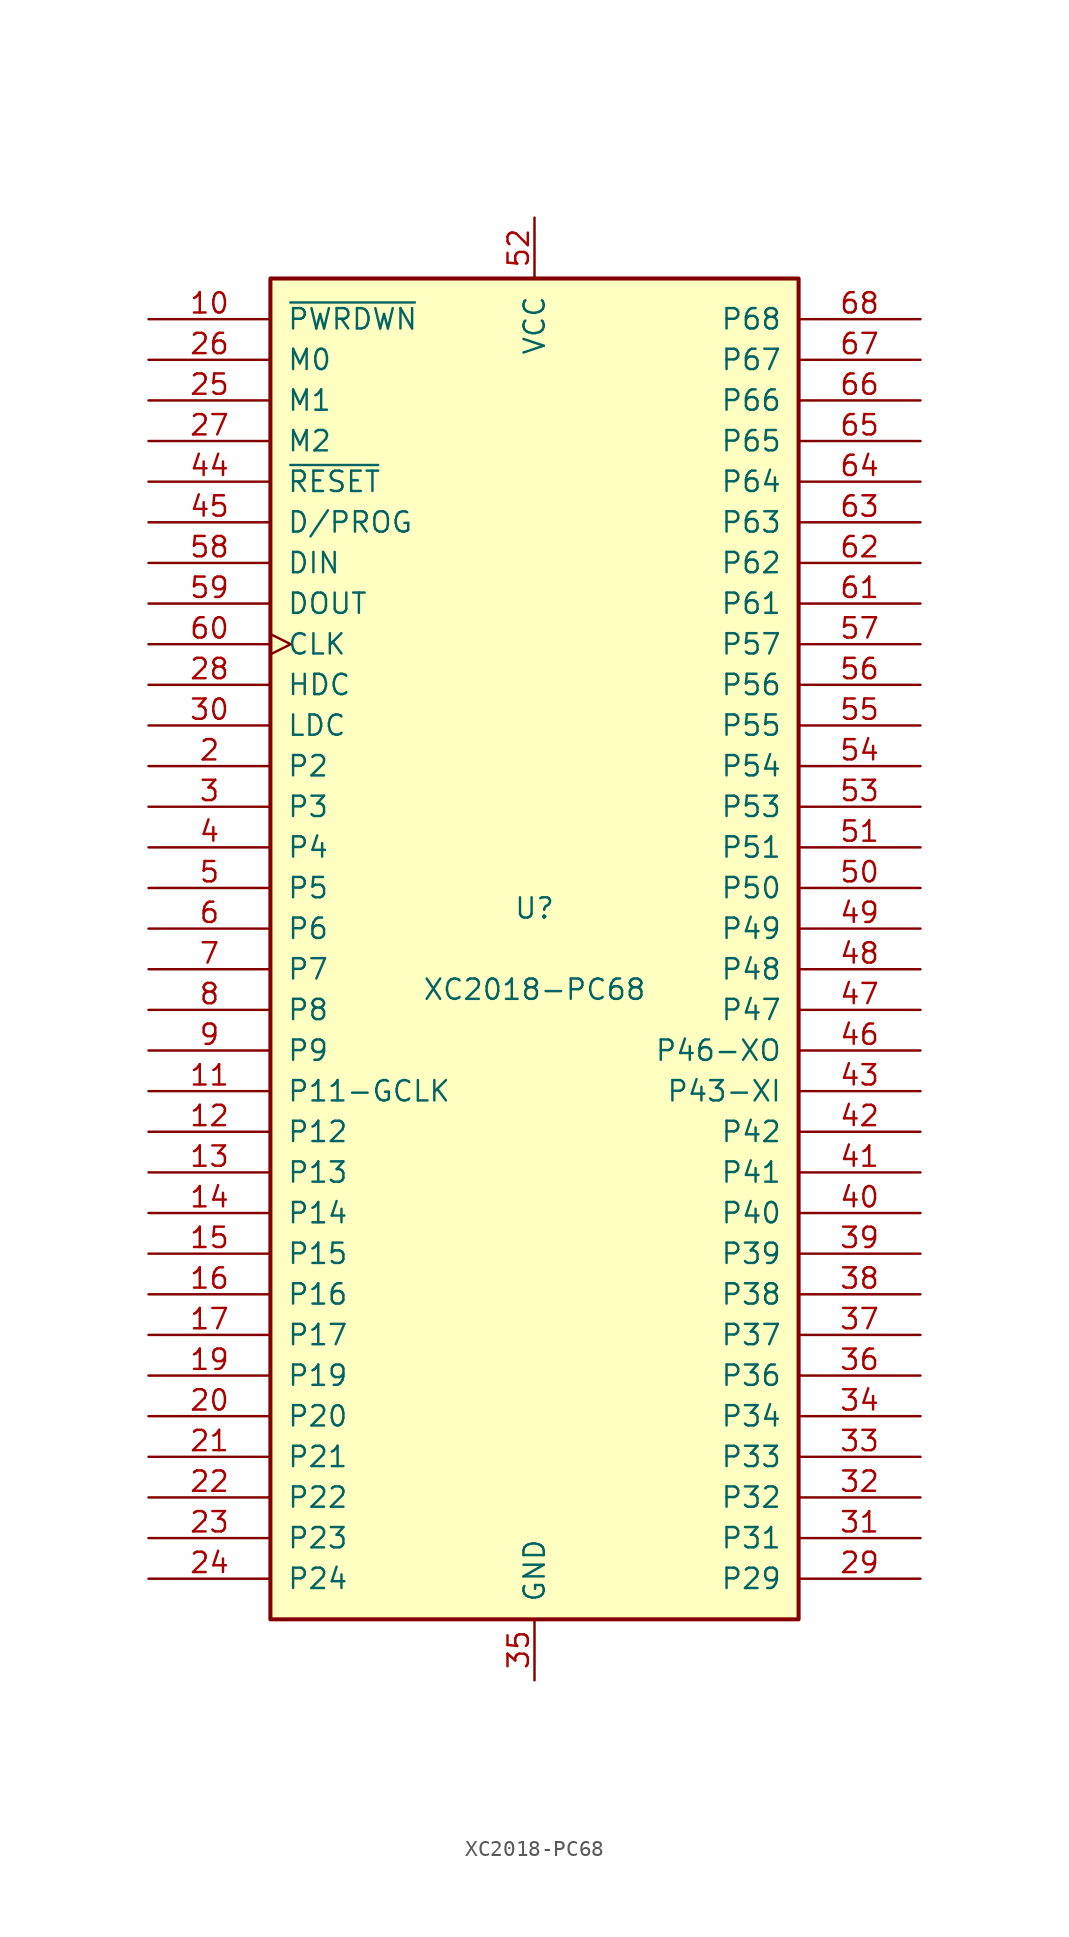
<source format=kicad_sym>
(kicad_symbol_lib
  (version 20220914)
  (generator kicad_symbol_editor)
  (symbol "XC2018-PC68"
    (pin_names
      (offset 1.016))
    (property "Reference" "U"
      (at 0 2.54 0)
      (effects (font (size 1.27 1.27))))
    (property "Value" "XC2018-PC68"
      (at 0 -2.54 0)
      (effects (font (size 1.27 1.27))))
    (symbol "XC2018-PC68_0_1"
      (rectangle (start -16.51 -41.91) (end 16.51 41.91) (stroke (width 0.254) (type default)) (fill (type background))))
    (symbol "XC2018-PC68_1_1"
      (pin passive line (at 0 -45.72 90) (length 3.81) hide (name "GND" (effects (font (size 1.27 1.27)))) (number "1" (effects (font (size 1.27 1.27)))))
      (pin input line (at -24.13 39.37 0) (length 7.62) (name "~{PWRDWN}" (effects (font (size 1.27 1.27)))) (number "10" (effects (font (size 1.27 1.27)))))
      (pin passive line (at -24.13 -8.89 0) (length 7.62) (name "P11-GCLK" (effects (font (size 1.27 1.27)))) (number "11" (effects (font (size 1.27 1.27)))))
      (pin passive line (at -24.13 -11.43 0) (length 7.62) (name "P12" (effects (font (size 1.27 1.27)))) (number "12" (effects (font (size 1.27 1.27)))))
      (pin passive line (at -24.13 -13.97 0) (length 7.62) (name "P13" (effects (font (size 1.27 1.27)))) (number "13" (effects (font (size 1.27 1.27)))))
      (pin passive line (at -24.13 -16.51 0) (length 7.62) (name "P14" (effects (font (size 1.27 1.27)))) (number "14" (effects (font (size 1.27 1.27)))))
      (pin passive line (at -24.13 -19.05 0) (length 7.62) (name "P15" (effects (font (size 1.27 1.27)))) (number "15" (effects (font (size 1.27 1.27)))))
      (pin passive line (at -24.13 -21.59 0) (length 7.62) (name "P16" (effects (font (size 1.27 1.27)))) (number "16" (effects (font (size 1.27 1.27)))))
      (pin passive line (at -24.13 -24.13 0) (length 7.62) (name "P17" (effects (font (size 1.27 1.27)))) (number "17" (effects (font (size 1.27 1.27)))))
      (pin passive line (at 0 45.72 270) (length 3.81) hide (name "VCC" (effects (font (size 1.27 1.27)))) (number "18" (effects (font (size 1.27 1.27)))))
      (pin passive line (at -24.13 -26.67 0) (length 7.62) (name "P19" (effects (font (size 1.27 1.27)))) (number "19" (effects (font (size 1.27 1.27)))))
      (pin passive line (at -24.13 11.43 0) (length 7.62) (name "P2" (effects (font (size 1.27 1.27)))) (number "2" (effects (font (size 1.27 1.27)))))
      (pin passive line (at -24.13 -29.21 0) (length 7.62) (name "P20" (effects (font (size 1.27 1.27)))) (number "20" (effects (font (size 1.27 1.27)))))
      (pin passive line (at -24.13 -31.75 0) (length 7.62) (name "P21" (effects (font (size 1.27 1.27)))) (number "21" (effects (font (size 1.27 1.27)))))
      (pin passive line (at -24.13 -34.29 0) (length 7.62) (name "P22" (effects (font (size 1.27 1.27)))) (number "22" (effects (font (size 1.27 1.27)))))
      (pin passive line (at -24.13 -36.83 0) (length 7.62) (name "P23" (effects (font (size 1.27 1.27)))) (number "23" (effects (font (size 1.27 1.27)))))
      (pin passive line (at -24.13 -39.37 0) (length 7.62) (name "P24" (effects (font (size 1.27 1.27)))) (number "24" (effects (font (size 1.27 1.27)))))
      (pin input line (at -24.13 34.29 0) (length 7.62) (name "M1" (effects (font (size 1.27 1.27)))) (number "25" (effects (font (size 1.27 1.27)))))
      (pin input line (at -24.13 36.83 0) (length 7.62) (name "M0" (effects (font (size 1.27 1.27)))) (number "26" (effects (font (size 1.27 1.27)))))
      (pin bidirectional line (at -24.13 31.75 0) (length 7.62) (name "M2" (effects (font (size 1.27 1.27)))) (number "27" (effects (font (size 1.27 1.27)))))
      (pin output line (at -24.13 16.51 0) (length 7.62) (name "HDC" (effects (font (size 1.27 1.27)))) (number "28" (effects (font (size 1.27 1.27)))))
      (pin passive line (at 24.13 -39.37 180) (length 7.62) (name "P29" (effects (font (size 1.27 1.27)))) (number "29" (effects (font (size 1.27 1.27)))))
      (pin passive line (at -24.13 8.89 0) (length 7.62) (name "P3" (effects (font (size 1.27 1.27)))) (number "3" (effects (font (size 1.27 1.27)))))
      (pin output line (at -24.13 13.97 0) (length 7.62) (name "LDC" (effects (font (size 1.27 1.27)))) (number "30" (effects (font (size 1.27 1.27)))))
      (pin passive line (at 24.13 -36.83 180) (length 7.62) (name "P31" (effects (font (size 1.27 1.27)))) (number "31" (effects (font (size 1.27 1.27)))))
      (pin passive line (at 24.13 -34.29 180) (length 7.62) (name "P32" (effects (font (size 1.27 1.27)))) (number "32" (effects (font (size 1.27 1.27)))))
      (pin passive line (at 24.13 -31.75 180) (length 7.62) (name "P33" (effects (font (size 1.27 1.27)))) (number "33" (effects (font (size 1.27 1.27)))))
      (pin passive line (at 24.13 -29.21 180) (length 7.62) (name "P34" (effects (font (size 1.27 1.27)))) (number "34" (effects (font (size 1.27 1.27)))))
      (pin power_in line (at 0 -45.72 90) (length 3.81) (name "GND" (effects (font (size 1.27 1.27)))) (number "35" (effects (font (size 1.27 1.27)))))
      (pin passive line (at 24.13 -26.67 180) (length 7.62) (name "P36" (effects (font (size 1.27 1.27)))) (number "36" (effects (font (size 1.27 1.27)))))
      (pin passive line (at 24.13 -24.13 180) (length 7.62) (name "P37" (effects (font (size 1.27 1.27)))) (number "37" (effects (font (size 1.27 1.27)))))
      (pin passive line (at 24.13 -21.59 180) (length 7.62) (name "P38" (effects (font (size 1.27 1.27)))) (number "38" (effects (font (size 1.27 1.27)))))
      (pin passive line (at 24.13 -19.05 180) (length 7.62) (name "P39" (effects (font (size 1.27 1.27)))) (number "39" (effects (font (size 1.27 1.27)))))
      (pin passive line (at -24.13 6.35 0) (length 7.62) (name "P4" (effects (font (size 1.27 1.27)))) (number "4" (effects (font (size 1.27 1.27)))))
      (pin passive line (at 24.13 -16.51 180) (length 7.62) (name "P40" (effects (font (size 1.27 1.27)))) (number "40" (effects (font (size 1.27 1.27)))))
      (pin passive line (at 24.13 -13.97 180) (length 7.62) (name "P41" (effects (font (size 1.27 1.27)))) (number "41" (effects (font (size 1.27 1.27)))))
      (pin passive line (at 24.13 -11.43 180) (length 7.62) (name "P42" (effects (font (size 1.27 1.27)))) (number "42" (effects (font (size 1.27 1.27)))))
      (pin passive line (at 24.13 -8.89 180) (length 7.62) (name "P43-XI" (effects (font (size 1.27 1.27)))) (number "43" (effects (font (size 1.27 1.27)))))
      (pin input line (at -24.13 29.21 0) (length 7.62) (name "~{RESET}" (effects (font (size 1.27 1.27)))) (number "44" (effects (font (size 1.27 1.27)))))
      (pin bidirectional line (at -24.13 26.67 0) (length 7.62) (name "D/PROG" (effects (font (size 1.27 1.27)))) (number "45" (effects (font (size 1.27 1.27)))))
      (pin passive line (at 24.13 -6.35 180) (length 7.62) (name "P46-XO" (effects (font (size 1.27 1.27)))) (number "46" (effects (font (size 1.27 1.27)))))
      (pin passive line (at 24.13 -3.81 180) (length 7.62) (name "P47" (effects (font (size 1.27 1.27)))) (number "47" (effects (font (size 1.27 1.27)))))
      (pin passive line (at 24.13 -1.27 180) (length 7.62) (name "P48" (effects (font (size 1.27 1.27)))) (number "48" (effects (font (size 1.27 1.27)))))
      (pin passive line (at 24.13 1.27 180) (length 7.62) (name "P49" (effects (font (size 1.27 1.27)))) (number "49" (effects (font (size 1.27 1.27)))))
      (pin passive line (at -24.13 3.81 0) (length 7.62) (name "P5" (effects (font (size 1.27 1.27)))) (number "5" (effects (font (size 1.27 1.27)))))
      (pin passive line (at 24.13 3.81 180) (length 7.62) (name "P50" (effects (font (size 1.27 1.27)))) (number "50" (effects (font (size 1.27 1.27)))))
      (pin passive line (at 24.13 6.35 180) (length 7.62) (name "P51" (effects (font (size 1.27 1.27)))) (number "51" (effects (font (size 1.27 1.27)))))
      (pin power_in line (at 0 45.72 270) (length 3.81) (name "VCC" (effects (font (size 1.27 1.27)))) (number "52" (effects (font (size 1.27 1.27)))))
      (pin passive line (at 24.13 8.89 180) (length 7.62) (name "P53" (effects (font (size 1.27 1.27)))) (number "53" (effects (font (size 1.27 1.27)))))
      (pin passive line (at 24.13 11.43 180) (length 7.62) (name "P54" (effects (font (size 1.27 1.27)))) (number "54" (effects (font (size 1.27 1.27)))))
      (pin passive line (at 24.13 13.97 180) (length 7.62) (name "P55" (effects (font (size 1.27 1.27)))) (number "55" (effects (font (size 1.27 1.27)))))
      (pin passive line (at 24.13 16.51 180) (length 7.62) (name "P56" (effects (font (size 1.27 1.27)))) (number "56" (effects (font (size 1.27 1.27)))))
      (pin passive line (at 24.13 19.05 180) (length 7.62) (name "P57" (effects (font (size 1.27 1.27)))) (number "57" (effects (font (size 1.27 1.27)))))
      (pin bidirectional line (at -24.13 24.13 0) (length 7.62) (name "DIN" (effects (font (size 1.27 1.27)))) (number "58" (effects (font (size 1.27 1.27)))))
      (pin bidirectional line (at -24.13 21.59 0) (length 7.62) (name "DOUT" (effects (font (size 1.27 1.27)))) (number "59" (effects (font (size 1.27 1.27)))))
      (pin passive line (at -24.13 1.27 0) (length 7.62) (name "P6" (effects (font (size 1.27 1.27)))) (number "6" (effects (font (size 1.27 1.27)))))
      (pin input clock (at -24.13 19.05 0) (length 7.62) (name "CLK" (effects (font (size 1.27 1.27)))) (number "60" (effects (font (size 1.27 1.27)))))
      (pin passive line (at 24.13 21.59 180) (length 7.62) (name "P61" (effects (font (size 1.27 1.27)))) (number "61" (effects (font (size 1.27 1.27)))))
      (pin passive line (at 24.13 24.13 180) (length 7.62) (name "P62" (effects (font (size 1.27 1.27)))) (number "62" (effects (font (size 1.27 1.27)))))
      (pin passive line (at 24.13 26.67 180) (length 7.62) (name "P63" (effects (font (size 1.27 1.27)))) (number "63" (effects (font (size 1.27 1.27)))))
      (pin passive line (at 24.13 29.21 180) (length 7.62) (name "P64" (effects (font (size 1.27 1.27)))) (number "64" (effects (font (size 1.27 1.27)))))
      (pin passive line (at 24.13 31.75 180) (length 7.62) (name "P65" (effects (font (size 1.27 1.27)))) (number "65" (effects (font (size 1.27 1.27)))))
      (pin passive line (at 24.13 34.29 180) (length 7.62) (name "P66" (effects (font (size 1.27 1.27)))) (number "66" (effects (font (size 1.27 1.27)))))
      (pin passive line (at 24.13 36.83 180) (length 7.62) (name "P67" (effects (font (size 1.27 1.27)))) (number "67" (effects (font (size 1.27 1.27)))))
      (pin passive line (at 24.13 39.37 180) (length 7.62) (name "P68" (effects (font (size 1.27 1.27)))) (number "68" (effects (font (size 1.27 1.27)))))
      (pin passive line (at -24.13 -1.27 0) (length 7.62) (name "P7" (effects (font (size 1.27 1.27)))) (number "7" (effects (font (size 1.27 1.27)))))
      (pin passive line (at -24.13 -3.81 0) (length 7.62) (name "P8" (effects (font (size 1.27 1.27)))) (number "8" (effects (font (size 1.27 1.27)))))
      (pin passive line (at -24.13 -6.35 0) (length 7.62) (name "P9" (effects (font (size 1.27 1.27)))) (number "9" (effects (font (size 1.27 1.27))))))))
</source>
